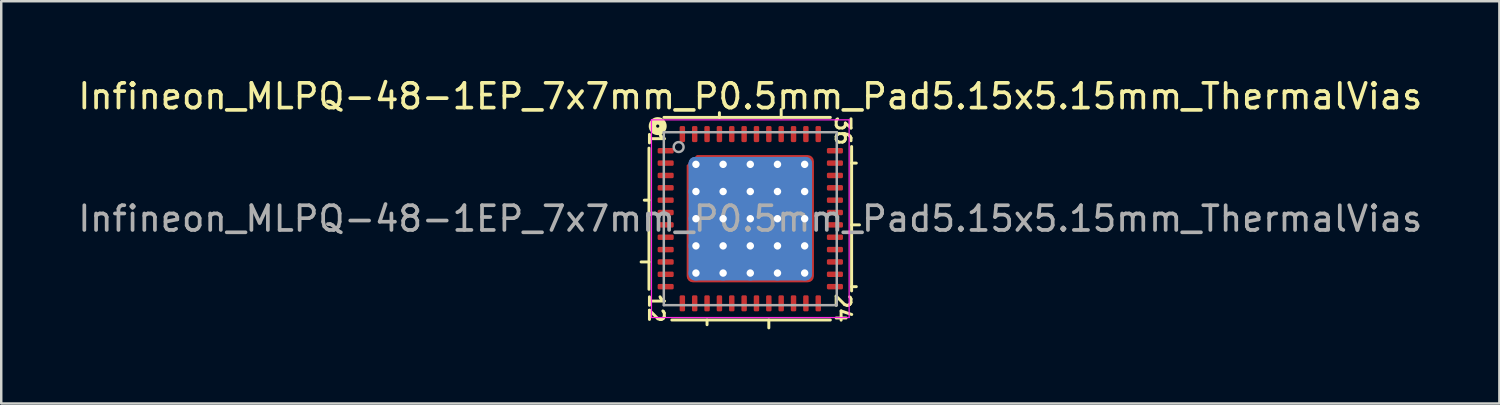
<source format=kicad_pcb>
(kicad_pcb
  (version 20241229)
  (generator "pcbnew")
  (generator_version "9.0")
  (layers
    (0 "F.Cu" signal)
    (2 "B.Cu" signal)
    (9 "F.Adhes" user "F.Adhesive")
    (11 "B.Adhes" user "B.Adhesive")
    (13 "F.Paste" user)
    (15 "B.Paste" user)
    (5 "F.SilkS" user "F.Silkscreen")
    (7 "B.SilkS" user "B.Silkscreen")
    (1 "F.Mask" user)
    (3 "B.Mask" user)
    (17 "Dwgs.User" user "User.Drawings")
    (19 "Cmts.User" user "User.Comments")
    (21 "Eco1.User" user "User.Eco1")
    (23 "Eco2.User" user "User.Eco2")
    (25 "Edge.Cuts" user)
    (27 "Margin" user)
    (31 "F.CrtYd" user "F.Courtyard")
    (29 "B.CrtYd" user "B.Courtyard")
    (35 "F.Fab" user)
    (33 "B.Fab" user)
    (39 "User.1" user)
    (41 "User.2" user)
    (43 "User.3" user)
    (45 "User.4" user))
  (footprint "Infineon_MLPQ-48-1EP_7x7mm_P0.5mm_Pad5.15x5.15mm_ThermalVias"
    (layer "F.Cu")
    (at 27.315 5.801)
    (property "Reference" "Infineon_MLPQ-48-1EP_7x7mm_P0.5mm_Pad5.15x5.15mm_ThermalVias" (at 0 -4.953 0) (layer "F.SilkS") (effects (font (size 1 1) (thickness 0.15))))
    (attr smd)
    (fp_line (start -4.418 1.75) (end -4.1 1.75) (stroke (width 0.12) (type solid)) (layer "F.SilkS"))
    (fp_line (start -4.29 -0.75) (end -4.1 -0.75) (stroke (width 0.12) (type solid)) (layer "F.SilkS"))
    (fp_line (start -4.1 -2.857) (end -4.1 2.857) (stroke (width 0.12) (type solid)) (layer "F.SilkS"))
    (fp_line (start -3.175 4.1) (end 3.239 4.1) (stroke (width 0.12) (type solid)) (layer "F.SilkS"))
    (fp_line (start -1.75 4.29) (end -1.75 4.1) (stroke (width 0.12) (type solid)) (layer "F.SilkS"))
    (fp_line (start -1.25 -4.29) (end -1.25 -4.1) (stroke (width 0.12) (type solid)) (layer "F.SilkS"))
    (fp_line (start 0.75 4.418) (end 0.75 4.1) (stroke (width 0.12) (type solid)) (layer "F.SilkS"))
    (fp_line (start 1.25 -4.418) (end 1.25 -4.1) (stroke (width 0.12) (type solid)) (layer "F.SilkS"))
    (fp_line (start 3.239 -4.1) (end -3.493 -4.1) (stroke (width 0.12) (type solid)) (layer "F.SilkS"))
    (fp_line (start 4.1 2.921) (end 4.1 -2.921) (stroke (width 0.12) (type solid)) (layer "F.SilkS"))
    (fp_line (start 4.29 -2.25) (end 4.1 -2.25) (stroke (width 0.12) (type solid)) (layer "F.SilkS"))
    (fp_line (start 4.29 2.75) (end 4.1 2.75) (stroke (width 0.12) (type solid)) (layer "F.SilkS"))
    (fp_line (start 4.418 0.25) (end 4.1 0.25) (stroke (width 0.12) (type solid)) (layer "F.SilkS"))
    (fp_circle (center -3.747 -3.747) (end -3.683 -3.747) (stroke (width 0.3) (type solid)) (fill no) (layer "F.SilkS"))
    (fp_line (start -4 -4) (end -4 4) (stroke (width 0.05) (type solid)) (layer "F.CrtYd"))
    (fp_line (start -4 4) (end 4 4) (stroke (width 0.05) (type solid)) (layer "F.CrtYd"))
    (fp_line (start 4 -4) (end -4 -4) (stroke (width 0.05) (type solid)) (layer "F.CrtYd"))
    (fp_line (start 4 4) (end 4 -4) (stroke (width 0.05) (type solid)) (layer "F.CrtYd"))
    (fp_line (start -3.5 3.5) (end -3.5 -3.5) (stroke (width 0.1) (type solid)) (layer "F.Fab"))
    (fp_line (start 3.5 -3.5) (end -3.5 -3.5) (stroke (width 0.1) (type solid)) (layer "F.Fab"))
    (fp_line (start 3.5 -3.5) (end 3.5 3.5) (stroke (width 0.1) (type solid)) (layer "F.Fab"))
    (fp_line (start 3.5 3.5) (end -3.5 3.5) (stroke (width 0.1) (type solid)) (layer "F.Fab"))
    (fp_circle (center -2.9 -2.9) (end -2.7 -2.9) (stroke (width 0.1) (type solid)) (fill no) (layer "F.Fab"))
    (fp_text user "36" (at 3.747 -3.556 270) (unlocked yes) (layer "F.SilkS") (effects (font (size 0.6 0.6) (thickness 0.12))))
    (fp_text user "24" (at 3.747 3.619 270) (unlocked yes) (layer "F.SilkS") (effects (font (size 0.6 0.6) (thickness 0.12))))
    (fp_text user "12" (at -3.81 3.619 270) (unlocked yes) (layer "F.SilkS") (effects (font (size 0.6 0.6) (thickness 0.12))))
    (fp_text user "1" (at -3.81 -3.239 270) (unlocked yes) (layer "F.SilkS") (effects (font (size 0.6 0.6) (thickness 0.12))))
    (fp_text user "${REFERENCE}" (at 0 0 0) (layer "F.Fab") (effects (font (size 1 1) (thickness 0.15))))
    (pad "" smd roundrect (at -2.025 -2.025) (size 1 1) (layers "F.Paste") (roundrect_rratio 0.25) (chamfer_ratio 0.4) (chamfer top_left))
    (pad "" smd roundrect (at -2.025 -0.675) (size 1 1) (layers "F.Paste") (roundrect_rratio 0.25))
    (pad "" smd roundrect (at -2.025 0.675) (size 1 1) (layers "F.Paste") (roundrect_rratio 0.25))
    (pad "" smd roundrect (at -2.025 2.025) (size 1 1) (layers "F.Paste") (roundrect_rratio 0.25))
    (pad "" smd roundrect (at -0.675 -2.025) (size 1 1) (layers "F.Paste") (roundrect_rratio 0.25))
    (pad "" smd roundrect (at -0.675 -0.675) (size 1 1) (layers "F.Paste") (roundrect_rratio 0.25))
    (pad "" smd roundrect (at -0.675 0.675) (size 1 1) (layers "F.Paste") (roundrect_rratio 0.25))
    (pad "" smd roundrect (at -0.675 2.025) (size 1 1) (layers "F.Paste") (roundrect_rratio 0.25))
    (pad "" smd roundrect (at 0.675 -2.025) (size 1 1) (layers "F.Paste") (roundrect_rratio 0.25))
    (pad "" smd roundrect (at 0.675 -0.675) (size 1 1) (layers "F.Paste") (roundrect_rratio 0.25))
    (pad "" smd roundrect (at 0.675 0.675) (size 1 1) (layers "F.Paste") (roundrect_rratio 0.25))
    (pad "" smd roundrect (at 0.675 2.025) (size 1 1) (layers "F.Paste") (roundrect_rratio 0.25))
    (pad "" smd roundrect (at 2.025 -2.025) (size 1 1) (layers "F.Paste") (roundrect_rratio 0.25))
    (pad "" smd roundrect (at 2.025 -0.675) (size 1 1) (layers "F.Paste") (roundrect_rratio 0.25))
    (pad "" smd roundrect (at 2.025 0.675) (size 1 1) (layers "F.Paste") (roundrect_rratio 0.25))
    (pad "" smd roundrect (at 2.025 2.025) (size 1 1) (layers "F.Paste") (roundrect_rratio 0.25))
    (pad "1" smd roundrect (at -3.425 -2.75) (size 0.65 0.22) (layers "F.Cu" "F.Mask" "F.Paste") (roundrect_rratio 0.25))
    (pad "2" smd roundrect (at -3.425 -2.25) (size 0.65 0.22) (layers "F.Cu" "F.Mask" "F.Paste") (roundrect_rratio 0.25))
    (pad "3" smd roundrect (at -3.425 -1.75) (size 0.65 0.22) (layers "F.Cu" "F.Mask" "F.Paste") (roundrect_rratio 0.25))
    (pad "4" smd roundrect (at -3.425 -1.25) (size 0.65 0.22) (layers "F.Cu" "F.Mask" "F.Paste") (roundrect_rratio 0.25))
    (pad "5" smd roundrect (at -3.425 -0.75) (size 0.65 0.22) (layers "F.Cu" "F.Mask" "F.Paste") (roundrect_rratio 0.25))
    (pad "6" smd roundrect (at -3.425 -0.25) (size 0.65 0.22) (layers "F.Cu" "F.Mask" "F.Paste") (roundrect_rratio 0.25))
    (pad "7" smd roundrect (at -3.425 0.25) (size 0.65 0.22) (layers "F.Cu" "F.Mask" "F.Paste") (roundrect_rratio 0.25))
    (pad "8" smd roundrect (at -3.425 0.75) (size 0.65 0.22) (layers "F.Cu" "F.Mask" "F.Paste") (roundrect_rratio 0.25))
    (pad "9" smd roundrect (at -3.425 1.25) (size 0.65 0.22) (layers "F.Cu" "F.Mask" "F.Paste") (roundrect_rratio 0.25))
    (pad "10" smd roundrect (at -3.425 1.75) (size 0.65 0.22) (layers "F.Cu" "F.Mask" "F.Paste") (roundrect_rratio 0.25))
    (pad "11" smd roundrect (at -3.425 2.25) (size 0.65 0.22) (layers "F.Cu" "F.Mask" "F.Paste") (roundrect_rratio 0.25))
    (pad "12" smd roundrect (at -3.425 2.75) (size 0.65 0.22) (layers "F.Cu" "F.Mask" "F.Paste") (roundrect_rratio 0.25))
    (pad "13" smd roundrect (at -2.75 3.425) (size 0.22 0.65) (layers "F.Cu" "F.Mask" "F.Paste") (roundrect_rratio 0.25))
    (pad "14" smd roundrect (at -2.25 3.425) (size 0.22 0.65) (layers "F.Cu" "F.Mask" "F.Paste") (roundrect_rratio 0.25))
    (pad "15" smd roundrect (at -1.75 3.425) (size 0.22 0.65) (layers "F.Cu" "F.Mask" "F.Paste") (roundrect_rratio 0.25))
    (pad "16" smd roundrect (at -1.25 3.425) (size 0.22 0.65) (layers "F.Cu" "F.Mask" "F.Paste") (roundrect_rratio 0.25))
    (pad "17" smd roundrect (at -0.75 3.425) (size 0.22 0.65) (layers "F.Cu" "F.Mask" "F.Paste") (roundrect_rratio 0.25))
    (pad "18" smd roundrect (at -0.25 3.425) (size 0.22 0.65) (layers "F.Cu" "F.Mask" "F.Paste") (roundrect_rratio 0.25))
    (pad "19" smd roundrect (at 0.25 3.425) (size 0.22 0.65) (layers "F.Cu" "F.Mask" "F.Paste") (roundrect_rratio 0.25))
    (pad "20" smd roundrect (at 0.75 3.425) (size 0.22 0.65) (layers "F.Cu" "F.Mask" "F.Paste") (roundrect_rratio 0.25))
    (pad "21" smd roundrect (at 1.25 3.425) (size 0.22 0.65) (layers "F.Cu" "F.Mask" "F.Paste") (roundrect_rratio 0.25))
    (pad "22" smd roundrect (at 1.75 3.425) (size 0.22 0.65) (layers "F.Cu" "F.Mask" "F.Paste") (roundrect_rratio 0.25))
    (pad "23" smd roundrect (at 2.25 3.425) (size 0.22 0.65) (layers "F.Cu" "F.Mask" "F.Paste") (roundrect_rratio 0.25))
    (pad "24" smd roundrect (at 2.75 3.425) (size 0.22 0.65) (layers "F.Cu" "F.Mask" "F.Paste") (roundrect_rratio 0.25))
    (pad "25" smd roundrect (at 3.425 2.75) (size 0.65 0.22) (layers "F.Cu" "F.Mask" "F.Paste") (roundrect_rratio 0.25))
    (pad "26" smd roundrect (at 3.425 2.25) (size 0.65 0.22) (layers "F.Cu" "F.Mask" "F.Paste") (roundrect_rratio 0.25))
    (pad "27" smd roundrect (at 3.425 1.75) (size 0.65 0.22) (layers "F.Cu" "F.Mask" "F.Paste") (roundrect_rratio 0.25))
    (pad "28" smd roundrect (at 3.425 1.25) (size 0.65 0.22) (layers "F.Cu" "F.Mask" "F.Paste") (roundrect_rratio 0.25))
    (pad "29" smd roundrect (at 3.425 0.75) (size 0.65 0.22) (layers "F.Cu" "F.Mask" "F.Paste") (roundrect_rratio 0.25))
    (pad "30" smd roundrect (at 3.425 0.25) (size 0.65 0.22) (layers "F.Cu" "F.Mask" "F.Paste") (roundrect_rratio 0.25))
    (pad "31" smd roundrect (at 3.425 -0.25) (size 0.65 0.22) (layers "F.Cu" "F.Mask" "F.Paste") (roundrect_rratio 0.25))
    (pad "32" smd roundrect (at 3.425 -0.75) (size 0.65 0.22) (layers "F.Cu" "F.Mask" "F.Paste") (roundrect_rratio 0.25))
    (pad "33" smd roundrect (at 3.425 -1.25) (size 0.65 0.22) (layers "F.Cu" "F.Mask" "F.Paste") (roundrect_rratio 0.25))
    (pad "34" smd roundrect (at 3.425 -1.75) (size 0.65 0.22) (layers "F.Cu" "F.Mask" "F.Paste") (roundrect_rratio 0.25))
    (pad "35" smd roundrect (at 3.425 -2.25) (size 0.65 0.22) (layers "F.Cu" "F.Mask" "F.Paste") (roundrect_rratio 0.25))
    (pad "36" smd roundrect (at 3.425 -2.75) (size 0.65 0.22) (layers "F.Cu" "F.Mask" "F.Paste") (roundrect_rratio 0.25))
    (pad "37" smd roundrect (at 2.75 -3.425) (size 0.22 0.65) (layers "F.Cu" "F.Mask" "F.Paste") (roundrect_rratio 0.25))
    (pad "38" smd roundrect (at 2.25 -3.425) (size 0.22 0.65) (layers "F.Cu" "F.Mask" "F.Paste") (roundrect_rratio 0.25))
    (pad "39" smd roundrect (at 1.75 -3.425) (size 0.22 0.65) (layers "F.Cu" "F.Mask" "F.Paste") (roundrect_rratio 0.25))
    (pad "40" smd roundrect (at 1.25 -3.425) (size 0.22 0.65) (layers "F.Cu" "F.Mask" "F.Paste") (roundrect_rratio 0.25))
    (pad "41" smd roundrect (at 0.75 -3.425) (size 0.22 0.65) (layers "F.Cu" "F.Mask" "F.Paste") (roundrect_rratio 0.25))
    (pad "42" smd roundrect (at 0.25 -3.425) (size 0.22 0.65) (layers "F.Cu" "F.Mask" "F.Paste") (roundrect_rratio 0.25))
    (pad "43" smd roundrect (at -0.25 -3.425) (size 0.22 0.65) (layers "F.Cu" "F.Mask" "F.Paste") (roundrect_rratio 0.25))
    (pad "44" smd roundrect (at -0.75 -3.425) (size 0.22 0.65) (layers "F.Cu" "F.Mask" "F.Paste") (roundrect_rratio 0.25))
    (pad "45" smd roundrect (at -1.25 -3.425) (size 0.22 0.65) (layers "F.Cu" "F.Mask" "F.Paste") (roundrect_rratio 0.25))
    (pad "46" smd roundrect (at -1.75 -3.425) (size 0.22 0.65) (layers "F.Cu" "F.Mask" "F.Paste") (roundrect_rratio 0.25))
    (pad "47" smd roundrect (at -2.25 -3.425) (size 0.22 0.65) (layers "F.Cu" "F.Mask" "F.Paste") (roundrect_rratio 0.25))
    (pad "48" smd roundrect (at -2.75 -3.425) (size 0.22 0.65) (layers "F.Cu" "F.Mask" "F.Paste") (roundrect_rratio 0.25))
    (pad "49" thru_hole circle (at -2.2 -2.2) (size 0.6 0.6) (drill 0.3) (property pad_prop_heatsink) (layers "*.Cu"))
    (pad "49" thru_hole circle (at -2.2 -1.1) (size 0.6 0.6) (drill 0.3) (property pad_prop_heatsink) (layers "*.Cu"))
    (pad "49" thru_hole circle (at -2.2 0) (size 0.6 0.6) (drill 0.3) (property pad_prop_heatsink) (layers "*.Cu"))
    (pad "49" thru_hole circle (at -2.2 1.1) (size 0.6 0.6) (drill 0.3) (property pad_prop_heatsink) (layers "*.Cu"))
    (pad "49" thru_hole circle (at -2.2 2.2) (size 0.6 0.6) (drill 0.3) (property pad_prop_heatsink) (layers "*.Cu"))
    (pad "49" thru_hole circle (at -1.1 -2.2) (size 0.6 0.6) (drill 0.3) (property pad_prop_heatsink) (layers "*.Cu"))
    (pad "49" thru_hole circle (at -1.1 -1.1) (size 0.6 0.6) (drill 0.3) (property pad_prop_heatsink) (layers "*.Cu"))
    (pad "49" thru_hole circle (at -1.1 0) (size 0.6 0.6) (drill 0.3) (property pad_prop_heatsink) (layers "*.Cu"))
    (pad "49" thru_hole circle (at -1.1 1.1) (size 0.6 0.6) (drill 0.3) (property pad_prop_heatsink) (layers "*.Cu"))
    (pad "49" thru_hole circle (at -1.1 2.2) (size 0.6 0.6) (drill 0.3) (property pad_prop_heatsink) (layers "*.Cu"))
    (pad "49" thru_hole circle (at 0 -2.2) (size 0.6 0.6) (drill 0.3) (property pad_prop_heatsink) (layers "*.Cu"))
    (pad "49" thru_hole circle (at 0 -1.1) (size 0.6 0.6) (drill 0.3) (property pad_prop_heatsink) (layers "*.Cu"))
    (pad "49" thru_hole circle (at 0 0) (size 0.6 0.6) (drill 0.3) (property pad_prop_heatsink) (layers "*.Cu"))
    (pad "49" smd roundrect (at 0 0) (size 5 5) (layers "B.Cu" "B.Mask") (roundrect_rratio 0.05))
    (pad "49" smd roundrect (at 0 0) (size 5.15 5.15) (layers "F.Cu" "F.Mask") (roundrect_rratio 0.049) (chamfer_ratio 0.08) (chamfer top_left))
    (pad "49" thru_hole circle (at 0 1.1) (size 0.6 0.6) (drill 0.3) (property pad_prop_heatsink) (layers "*.Cu"))
    (pad "49" thru_hole circle (at 0 2.2) (size 0.6 0.6) (drill 0.3) (property pad_prop_heatsink) (layers "*.Cu"))
    (pad "49" thru_hole circle (at 1.1 -2.2) (size 0.6 0.6) (drill 0.3) (property pad_prop_heatsink) (layers "*.Cu"))
    (pad "49" thru_hole circle (at 1.1 -1.1) (size 0.6 0.6) (drill 0.3) (property pad_prop_heatsink) (layers "*.Cu"))
    (pad "49" thru_hole circle (at 1.1 0) (size 0.6 0.6) (drill 0.3) (property pad_prop_heatsink) (layers "*.Cu"))
    (pad "49" thru_hole circle (at 1.1 1.1) (size 0.6 0.6) (drill 0.3) (property pad_prop_heatsink) (layers "*.Cu"))
    (pad "49" thru_hole circle (at 1.1 2.2) (size 0.6 0.6) (drill 0.3) (property pad_prop_heatsink) (layers "*.Cu"))
    (pad "49" thru_hole circle (at 2.2 -2.2) (size 0.6 0.6) (drill 0.3) (property pad_prop_heatsink) (layers "*.Cu"))
    (pad "49" thru_hole circle (at 2.2 -1.1) (size 0.6 0.6) (drill 0.3) (property pad_prop_heatsink) (layers "*.Cu"))
    (pad "49" thru_hole circle (at 2.2 0) (size 0.6 0.6) (drill 0.3) (property pad_prop_heatsink) (layers "*.Cu"))
    (pad "49" thru_hole circle (at 2.2 1.1) (size 0.6 0.6) (drill 0.3) (property pad_prop_heatsink) (layers "*.Cu"))
    (pad "49" thru_hole circle (at 2.2 2.2) (size 0.6 0.6) (drill 0.3) (property pad_prop_heatsink) (layers "*.Cu")))
  (gr_rect
    (start -3 -3)
    (end 57.631 13.279)
    (stroke (width 0.1) (type default))
    (fill no)
    (layer "Edge.Cuts")))
</source>
